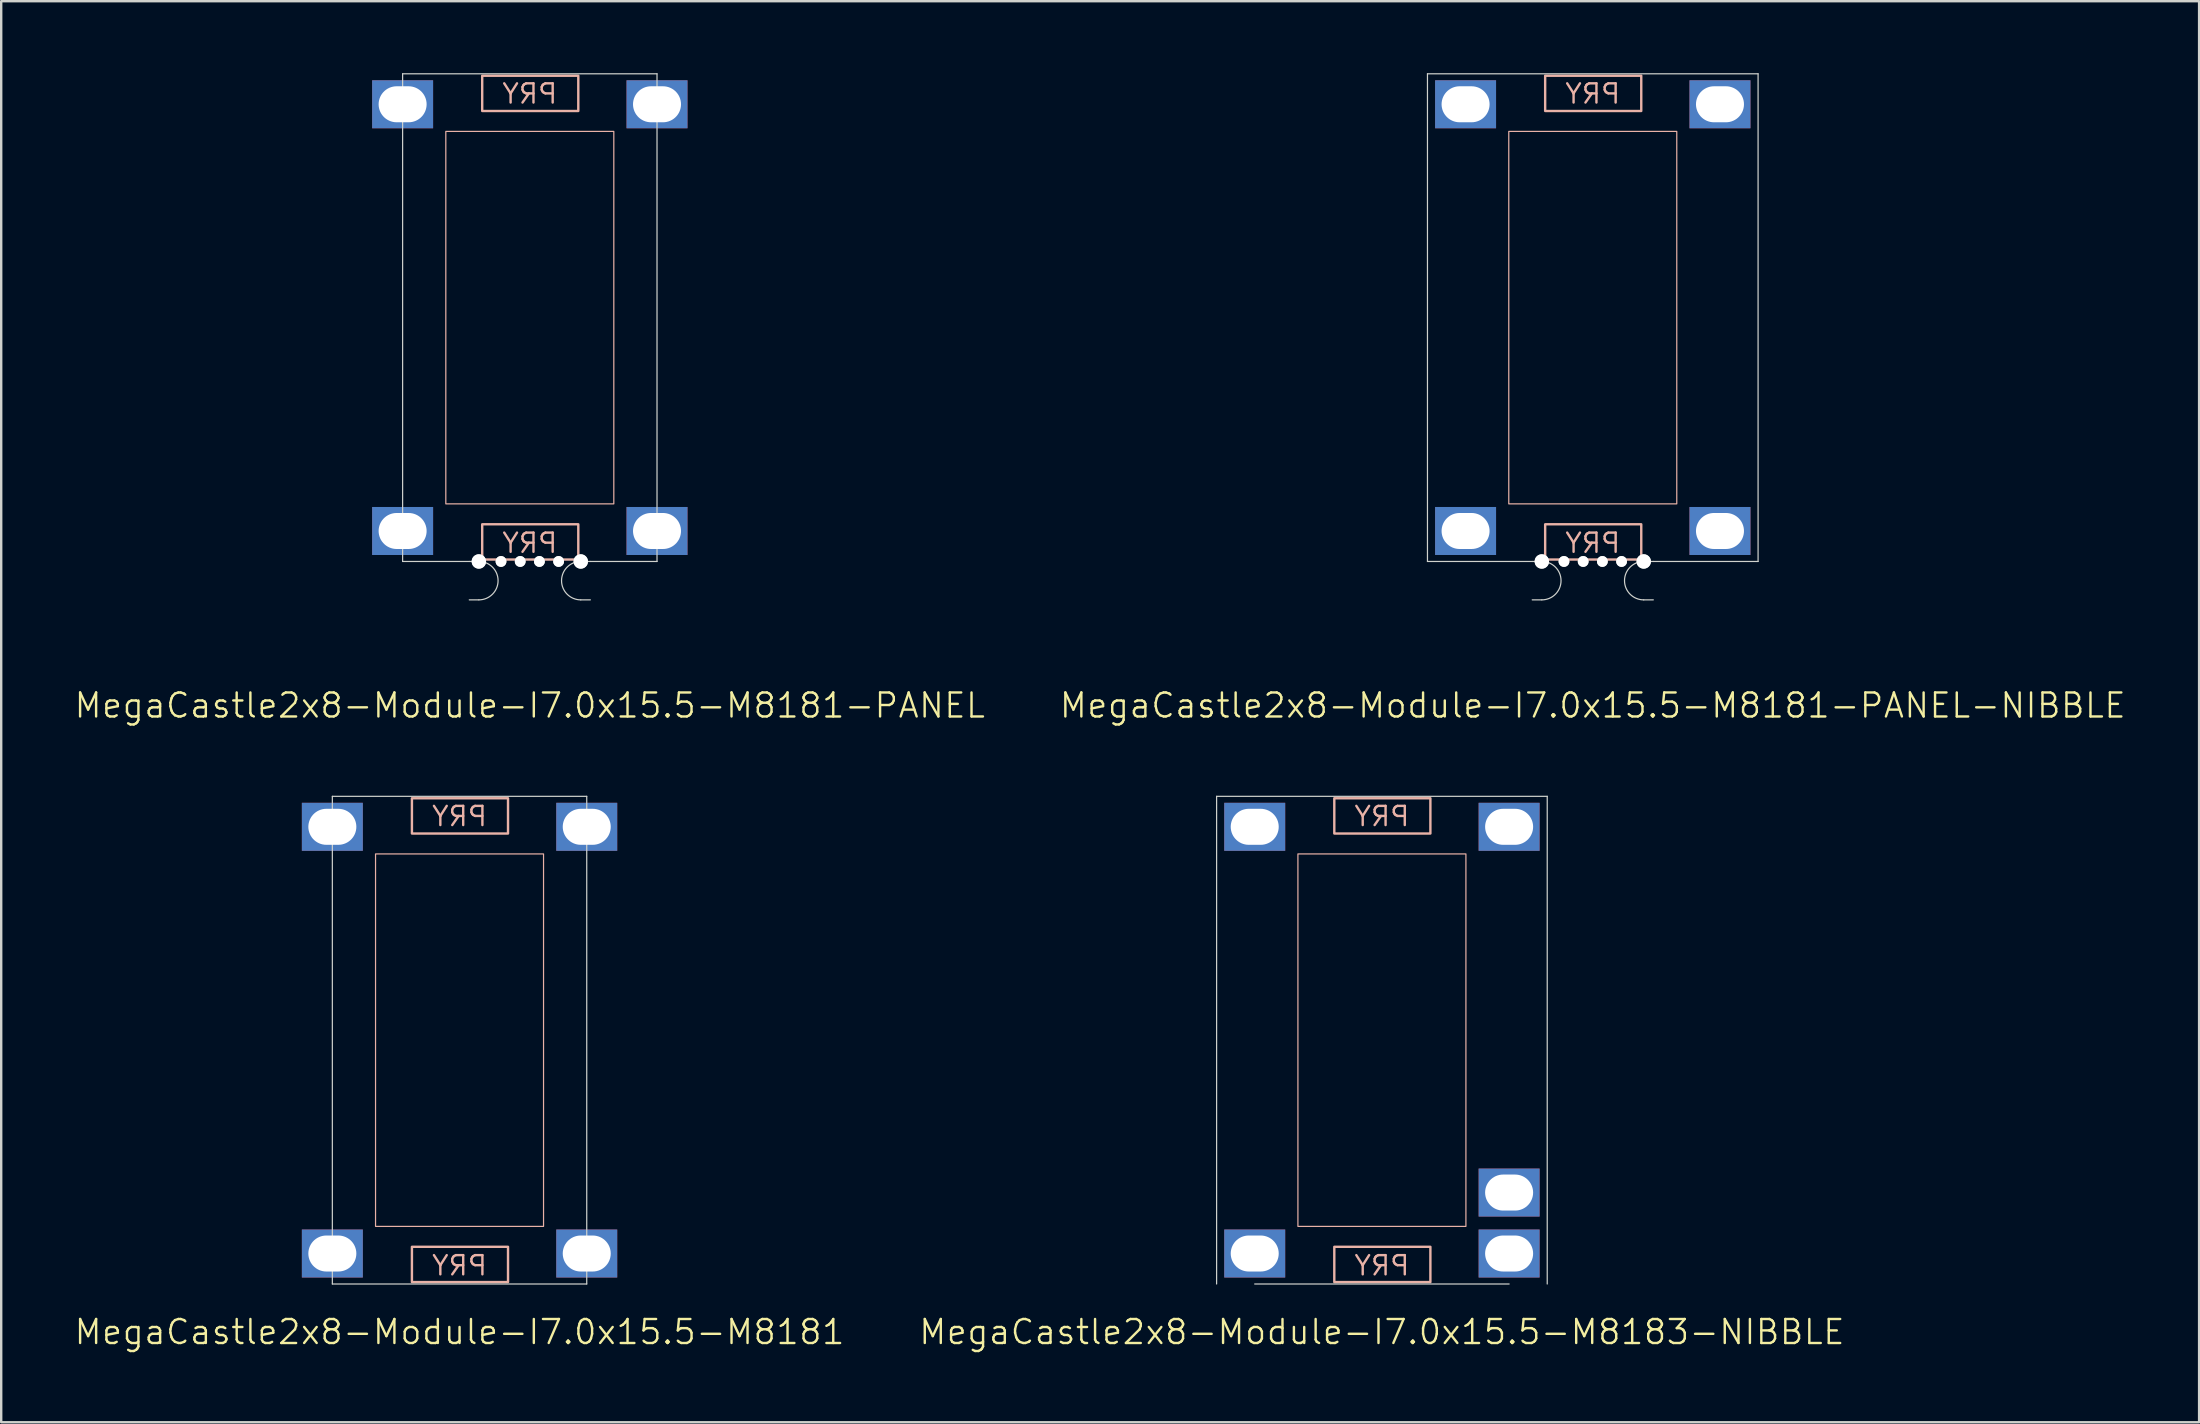
<source format=kicad_pcb>
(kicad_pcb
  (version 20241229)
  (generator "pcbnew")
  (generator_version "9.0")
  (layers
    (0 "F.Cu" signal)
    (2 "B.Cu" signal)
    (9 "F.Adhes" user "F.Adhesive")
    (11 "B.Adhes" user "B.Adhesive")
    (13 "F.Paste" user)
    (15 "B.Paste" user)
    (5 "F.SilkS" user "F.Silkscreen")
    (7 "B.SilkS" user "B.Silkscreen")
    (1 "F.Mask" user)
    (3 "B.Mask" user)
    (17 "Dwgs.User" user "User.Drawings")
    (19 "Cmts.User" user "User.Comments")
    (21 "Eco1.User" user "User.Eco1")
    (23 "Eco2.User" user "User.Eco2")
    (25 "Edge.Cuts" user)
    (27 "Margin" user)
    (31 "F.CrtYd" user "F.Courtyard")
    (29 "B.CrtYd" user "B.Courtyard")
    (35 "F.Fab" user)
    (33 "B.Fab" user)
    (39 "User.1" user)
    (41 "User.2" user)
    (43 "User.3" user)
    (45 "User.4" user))
  (footprint "MegaCastle2x8-Module-I7.0x15.5-M8183-NIBBLE"
    (layer "F.Cu")
    (at 54.531 40.291)
    (property "Reference" "MegaCastle2x8-Module-I7.0x15.5-M8183-NIBBLE" (at 0 12.16 0) (unlocked yes) (layer "F.SilkS") (effects (font (size 1 1) (thickness 0.1))))
    (attr smd)
    (fp_rect (start -3.5 7.76) (end 3.5 -7.76) (stroke (width 0.05) (type default)) (fill no) (layer "B.SilkS"))
    (fp_rect (start -1.984 -8.611) (end 2.02 -10.08) (stroke (width 0.1) (type default)) (fill no) (layer "B.SilkS"))
    (fp_rect (start -1.984 8.611) (end 2.02 10.08) (stroke (width 0.1) (type default)) (fill no) (layer "B.SilkS"))
    (fp_line (start -6.888 -10.16) (end -6.888 10.16) (stroke (width 0.05) (type default)) (layer "Edge.Cuts"))
    (fp_line (start -6.888 -10.16) (end 6.888 -10.16) (stroke (width 0.05) (type default)) (layer "Edge.Cuts"))
    (fp_line (start -5.3 10.16) (end 5.3 10.16) (stroke (width 0.05) (type default)) (layer "Edge.Cuts"))
    (fp_line (start 6.888 -10.16) (end 6.888 10.16) (stroke (width 0.05) (type default)) (layer "Edge.Cuts"))
    (fp_text user "PRY" (at 0 -8.86 0) (unlocked yes) (layer "B.SilkS") (effects (font (size 0.8 0.8) (thickness 0.1)) (justify bottom mirror)))
    (fp_text user "PRY" (at 0 9.86 0) (unlocked yes) (layer "B.SilkS") (effects (font (size 0.8 0.8) (thickness 0.1)) (justify bottom mirror)))
    (pad "1" thru_hole rect (at -5.3 -8.89) (size 2.54 2) (drill oval 2 1.5) (property pad_prop_castellated) (layers "*.Cu" "*.Mask"))
    (pad "8" thru_hole rect (at -5.3 8.89) (size 2.54 2) (drill oval 2 1.5) (property pad_prop_castellated) (layers "*.Cu" "*.Mask"))
    (pad "9" thru_hole rect (at 5.3 -8.89) (size 2.54 2) (drill oval 2 1.5) (property pad_prop_castellated) (layers "*.Cu" "*.Mask"))
    (pad "15" thru_hole rect (at 5.3 6.35) (size 2.54 2) (drill oval 2 1.5) (property pad_prop_castellated) (layers "*.Cu" "*.Mask"))
    (pad "16" thru_hole rect (at 5.3 8.89) (size 2.54 2) (drill oval 2 1.5) (property pad_prop_castellated) (layers "*.Cu" "*.Mask"))
    (zone (net_name "") (layer "B.Cu") (hatch edge 0.5) (connect_pads) (min_thickness 0.25) (filled_areas_thickness no) (keepout (tracks allowed) (vias allowed) (pads allowed) (copperpour allowed) (footprints not_allowed)) (placement (enabled no)) (fill) (polygon (pts (xy 49.231 50.45) (xy 49.231 30.131) (xy 51.031 30.131) (xy 51.031 50.45))))
    (zone (net_name "") (layer "B.Cu") (hatch edge 0.5) (connect_pads) (min_thickness 0.25) (filled_areas_thickness no) (keepout (tracks allowed) (vias allowed) (pads allowed) (copperpour allowed) (footprints not_allowed)) (placement (enabled no)) (fill) (polygon (pts (xy 51.031 30.131) (xy 51.031 32.531) (xy 58.031 32.531) (xy 58.031 30.131))))
    (zone (net_name "") (layer "B.Cu") (hatch edge 0.5) (connect_pads) (min_thickness 0.25) (filled_areas_thickness no) (keepout (tracks allowed) (vias allowed) (pads allowed) (copperpour allowed) (footprints not_allowed)) (placement (enabled no)) (fill) (polygon (pts (xy 51.031 50.45) (xy 51.031 48.05) (xy 58.031 48.05) (xy 58.031 50.45))))
    (zone (net_name "") (layer "B.Cu") (name "Upper Pry Zone") (hatch edge 0.5) (connect_pads) (min_thickness 0.25) (filled_areas_thickness no) (keepout (tracks not_allowed) (vias not_allowed) (pads not_allowed) (copperpour allowed) (footprints not_allowed)) (placement (enabled no)) (fill) (polygon (pts (xy 52.547 31.679) (xy 52.547 30.21) (xy 56.55 30.21) (xy 56.55 31.679))))
    (zone (net_name "") (layer "B.Cu") (name "Upper Pry Zone") (hatch edge 0.5) (connect_pads) (min_thickness 0.25) (filled_areas_thickness no) (keepout (tracks not_allowed) (vias not_allowed) (pads not_allowed) (copperpour allowed) (footprints not_allowed)) (placement (enabled no)) (fill) (polygon (pts (xy 52.547 48.902) (xy 52.547 50.37) (xy 56.55 50.37) (xy 56.55 48.902))))
    (zone (net_name "") (layer "B.Cu") (hatch edge 0.5) (connect_pads) (min_thickness 0.25) (filled_areas_thickness no) (keepout (tracks allowed) (vias allowed) (pads allowed) (copperpour allowed) (footprints not_allowed)) (placement (enabled no)) (fill) (polygon (pts (xy 59.831 50.45) (xy 59.831 30.131) (xy 58.031 30.131) (xy 58.031 50.45)))))
  (footprint "MegaCastle2x8-Module-I7.0x15.5-M8181-PANEL-NIBBLE"
    (layer "F.Cu")
    (at 63.317 10.185)
    (property "Reference" "MegaCastle2x8-Module-I7.0x15.5-M8181-PANEL-NIBBLE" (at 0 16.16 0) (unlocked yes) (layer "F.SilkS") (effects (font (size 1 1) (thickness 0.1))))
    (attr smd)
    (fp_rect (start -3.5 7.76) (end 3.5 -7.76) (stroke (width 0.05) (type default)) (fill no) (layer "B.SilkS"))
    (fp_rect (start -1.984 -8.611) (end 2.02 -10.08) (stroke (width 0.1) (type default)) (fill no) (layer "B.SilkS"))
    (fp_rect (start -1.984 8.611) (end 2.02 10.08) (stroke (width 0.1) (type default)) (fill no) (layer "B.SilkS"))
    (fp_line (start -6.888 -10.16) (end -6.888 10.16) (stroke (width 0.05) (type default)) (layer "Edge.Cuts"))
    (fp_line (start -6.888 -10.16) (end 6.888 -10.16) (stroke (width 0.05) (type default)) (layer "Edge.Cuts"))
    (fp_line (start -6.888 10.16) (end -2.522 10.16) (stroke (width 0.05) (type default)) (layer "Edge.Cuts"))
    (fp_line (start -2.522 10.16) (end -2.123 10.16) (stroke (width 0.05) (type default)) (layer "Edge.Cuts"))
    (fp_line (start -2.522 11.76) (end -2.123 11.76) (stroke (width 0.05) (type default)) (layer "Edge.Cuts"))
    (fp_line (start 2.522 10.16) (end 2.123 10.16) (stroke (width 0.05) (type default)) (layer "Edge.Cuts"))
    (fp_line (start 2.522 10.16) (end 6.888 10.16) (stroke (width 0.05) (type default)) (layer "Edge.Cuts"))
    (fp_line (start 2.522 11.76) (end 2.123 11.76) (stroke (width 0.05) (type default)) (layer "Edge.Cuts"))
    (fp_line (start 6.888 -10.16) (end 6.888 10.16) (stroke (width 0.05) (type default)) (layer "Edge.Cuts"))
    (fp_arc (start -2.1225 10.16) (mid -1.3225 10.96) (end -2.1225 11.76) (stroke (width 0.05) (type default)) (layer "Edge.Cuts"))
    (fp_arc (start 2.1225 11.76) (mid 1.3225 10.96) (end 2.1225 10.16) (stroke (width 0.05) (type default)) (layer "Edge.Cuts"))
    (fp_text user "PRY" (at 0 9.86 0) (unlocked yes) (layer "B.SilkS") (effects (font (size 0.8 0.8) (thickness 0.1)) (justify bottom mirror)))
    (fp_text user "PRY" (at 0 -8.86 0) (unlocked yes) (layer "B.SilkS") (effects (font (size 0.8 0.8) (thickness 0.1)) (justify bottom mirror)))
    (pad "" np_thru_hole circle (at -2.123 10.16) (size 0.6 0.6) (drill 0.6) (layers "*.Cu" "Edge.Cuts"))
    (pad "" np_thru_hole circle (at -1.2 10.16) (size 0.45 0.45) (drill 0.45) (layers "*.Cu" "Edge.Cuts"))
    (pad "" np_thru_hole circle (at -0.4 10.16) (size 0.45 0.45) (drill 0.45) (layers "*.Cu" "Edge.Cuts"))
    (pad "" np_thru_hole circle (at 0.4 10.16) (size 0.45 0.45) (drill 0.45) (layers "*.Cu" "Edge.Cuts"))
    (pad "" np_thru_hole circle (at 1.2 10.16) (size 0.45 0.45) (drill 0.45) (layers "*.Cu" "Edge.Cuts"))
    (pad "" np_thru_hole circle (at 2.123 10.16) (size 0.6 0.6) (drill 0.6) (layers "*.Cu" "Edge.Cuts"))
    (pad "1" thru_hole rect (at -5.3 -8.89) (size 2.54 2) (drill oval 2 1.5) (property pad_prop_castellated) (layers "*.Cu" "*.Mask"))
    (pad "8" thru_hole rect (at -5.3 8.89) (size 2.54 2) (drill oval 2 1.5) (property pad_prop_castellated) (layers "*.Cu" "*.Mask"))
    (pad "9" thru_hole rect (at 5.3 -8.89) (size 2.54 2) (drill oval 2 1.5) (property pad_prop_castellated) (layers "*.Cu" "*.Mask"))
    (pad "16" thru_hole rect (at 5.3 8.89) (size 2.54 2) (drill oval 2 1.5) (property pad_prop_castellated) (layers "*.Cu" "*.Mask"))
    (zone (net_name "") (layer "B.Cu") (hatch edge 0.5) (connect_pads) (min_thickness 0.25) (filled_areas_thickness no) (keepout (tracks allowed) (vias allowed) (pads allowed) (copperpour allowed) (footprints not_allowed)) (placement (enabled no)) (fill) (polygon (pts (xy 58.017 20.345) (xy 58.017 0.025) (xy 59.817 0.025) (xy 59.817 20.345))))
    (zone (net_name "") (layer "B.Cu") (hatch edge 0.5) (connect_pads) (min_thickness 0.25) (filled_areas_thickness no) (keepout (tracks allowed) (vias allowed) (pads allowed) (copperpour allowed) (footprints not_allowed)) (placement (enabled no)) (fill) (polygon (pts (xy 59.817 0.025) (xy 59.817 2.425) (xy 66.817 2.425) (xy 66.817 0.025))))
    (zone (net_name "") (layer "B.Cu") (hatch edge 0.5) (connect_pads) (min_thickness 0.25) (filled_areas_thickness no) (keepout (tracks allowed) (vias allowed) (pads allowed) (copperpour allowed) (footprints not_allowed)) (placement (enabled no)) (fill) (polygon (pts (xy 59.817 20.345) (xy 59.817 17.945) (xy 66.817 17.945) (xy 66.817 20.345))))
    (zone (net_name "") (layer "B.Cu") (name "Upper Pry Zone") (hatch edge 0.5) (connect_pads) (min_thickness 0.25) (filled_areas_thickness no) (keepout (tracks not_allowed) (vias not_allowed) (pads not_allowed) (copperpour allowed) (footprints not_allowed)) (placement (enabled no)) (fill) (polygon (pts (xy 61.332 1.574) (xy 61.332 0.105) (xy 65.336 0.105) (xy 65.336 1.574))))
    (zone (net_name "") (layer "B.Cu") (name "Upper Pry Zone") (hatch edge 0.5) (connect_pads) (min_thickness 0.25) (filled_areas_thickness no) (keepout (tracks not_allowed) (vias not_allowed) (pads not_allowed) (copperpour allowed) (footprints not_allowed)) (placement (enabled no)) (fill) (polygon (pts (xy 61.332 18.796) (xy 61.332 20.265) (xy 65.336 20.265) (xy 65.336 18.796))))
    (zone (net_name "") (layer "B.Cu") (hatch edge 0.5) (connect_pads) (min_thickness 0.25) (filled_areas_thickness no) (keepout (tracks allowed) (vias allowed) (pads allowed) (copperpour allowed) (footprints not_allowed)) (placement (enabled no)) (fill) (polygon (pts (xy 68.617 20.345) (xy 68.617 0.025) (xy 66.817 0.025) (xy 66.817 20.345)))))
  (footprint "MegaCastle2x8-Module-I7.0x15.5-M8181"
    (layer "F.Cu")
    (at 16.098 40.291)
    (property "Reference" "MegaCastle2x8-Module-I7.0x15.5-M8181" (at 0 12.16 0) (unlocked yes) (layer "F.SilkS") (effects (font (size 1 1) (thickness 0.1))))
    (attr smd)
    (fp_rect (start -3.5 7.76) (end 3.5 -7.76) (stroke (width 0.05) (type default)) (fill no) (layer "B.SilkS"))
    (fp_rect (start -1.984 -8.611) (end 2.02 -10.08) (stroke (width 0.1) (type default)) (fill no) (layer "B.SilkS"))
    (fp_rect (start -1.984 8.611) (end 2.02 10.08) (stroke (width 0.1) (type default)) (fill no) (layer "B.SilkS"))
    (fp_line (start -5.3 -10.16) (end -5.3 10.16) (stroke (width 0.05) (type default)) (layer "Edge.Cuts"))
    (fp_line (start -5.3 -10.16) (end 5.3 -10.16) (stroke (width 0.05) (type default)) (layer "Edge.Cuts"))
    (fp_line (start -5.3 10.16) (end 5.3 10.16) (stroke (width 0.05) (type default)) (layer "Edge.Cuts"))
    (fp_line (start 5.3 -10.16) (end 5.3 10.16) (stroke (width 0.05) (type default)) (layer "Edge.Cuts"))
    (fp_text user "PRY" (at 0 -8.86 0) (unlocked yes) (layer "B.SilkS") (effects (font (size 0.8 0.8) (thickness 0.1)) (justify bottom mirror)))
    (fp_text user "PRY" (at 0 9.86 0) (unlocked yes) (layer "B.SilkS") (effects (font (size 0.8 0.8) (thickness 0.1)) (justify bottom mirror)))
    (pad "1" thru_hole rect (at -5.3 -8.89) (size 2.54 2) (drill oval 2 1.5) (property pad_prop_castellated) (layers "*.Cu" "*.Mask"))
    (pad "8" thru_hole rect (at -5.3 8.89) (size 2.54 2) (drill oval 2 1.5) (property pad_prop_castellated) (layers "*.Cu" "*.Mask"))
    (pad "9" thru_hole rect (at 5.3 -8.89) (size 2.54 2) (drill oval 2 1.5) (property pad_prop_castellated) (layers "*.Cu" "*.Mask"))
    (pad "16" thru_hole rect (at 5.3 8.89) (size 2.54 2) (drill oval 2 1.5) (property pad_prop_castellated) (layers "*.Cu" "*.Mask"))
    (zone (net_name "") (layer "B.Cu") (hatch edge 0.5) (connect_pads) (min_thickness 0.25) (filled_areas_thickness no) (keepout (tracks allowed) (vias allowed) (pads allowed) (copperpour allowed) (footprints not_allowed)) (placement (enabled no)) (fill) (polygon (pts (xy 10.798 50.45) (xy 10.798 30.131) (xy 12.598 30.131) (xy 12.598 50.45))))
    (zone (net_name "") (layer "B.Cu") (hatch edge 0.5) (connect_pads) (min_thickness 0.25) (filled_areas_thickness no) (keepout (tracks allowed) (vias allowed) (pads allowed) (copperpour allowed) (footprints not_allowed)) (placement (enabled no)) (fill) (polygon (pts (xy 12.598 30.131) (xy 12.598 32.531) (xy 19.598 32.531) (xy 19.598 30.131))))
    (zone (net_name "") (layer "B.Cu") (hatch edge 0.5) (connect_pads) (min_thickness 0.25) (filled_areas_thickness no) (keepout (tracks allowed) (vias allowed) (pads allowed) (copperpour allowed) (footprints not_allowed)) (placement (enabled no)) (fill) (polygon (pts (xy 12.598 50.45) (xy 12.598 48.05) (xy 19.598 48.05) (xy 19.598 50.45))))
    (zone (net_name "") (layer "B.Cu") (name "Upper Pry Zone") (hatch edge 0.5) (connect_pads) (min_thickness 0.25) (filled_areas_thickness no) (keepout (tracks not_allowed) (vias not_allowed) (pads not_allowed) (copperpour allowed) (footprints not_allowed)) (placement (enabled no)) (fill) (polygon (pts (xy 14.113 31.679) (xy 14.113 30.21) (xy 18.117 30.21) (xy 18.117 31.679))))
    (zone (net_name "") (layer "B.Cu") (name "Upper Pry Zone") (hatch edge 0.5) (connect_pads) (min_thickness 0.25) (filled_areas_thickness no) (keepout (tracks not_allowed) (vias not_allowed) (pads not_allowed) (copperpour allowed) (footprints not_allowed)) (placement (enabled no)) (fill) (polygon (pts (xy 14.113 48.902) (xy 14.113 50.37) (xy 18.117 50.37) (xy 18.117 48.902))))
    (zone (net_name "") (layer "B.Cu") (hatch edge 0.5) (connect_pads) (min_thickness 0.25) (filled_areas_thickness no) (keepout (tracks allowed) (vias allowed) (pads allowed) (copperpour allowed) (footprints not_allowed)) (placement (enabled no)) (fill) (polygon (pts (xy 21.398 50.45) (xy 21.398 30.131) (xy 19.598 30.131) (xy 19.598 50.45)))))
  (footprint "MegaCastle2x8-Module-I7.0x15.5-M8181-PANEL"
    (layer "F.Cu")
    (at 19.026 10.185)
    (property "Reference" "MegaCastle2x8-Module-I7.0x15.5-M8181-PANEL" (at 0 16.16 0) (unlocked yes) (layer "F.SilkS") (effects (font (size 1 1) (thickness 0.1))))
    (attr smd)
    (fp_rect (start -3.5 7.76) (end 3.5 -7.76) (stroke (width 0.05) (type default)) (fill no) (layer "B.SilkS"))
    (fp_rect (start -1.984 -8.611) (end 2.02 -10.08) (stroke (width 0.1) (type default)) (fill no) (layer "B.SilkS"))
    (fp_rect (start -1.984 8.611) (end 2.02 10.08) (stroke (width 0.1) (type default)) (fill no) (layer "B.SilkS"))
    (fp_line (start -5.3 -10.16) (end -5.3 10.16) (stroke (width 0.05) (type default)) (layer "Edge.Cuts"))
    (fp_line (start -5.3 -10.16) (end 5.3 -10.16) (stroke (width 0.05) (type default)) (layer "Edge.Cuts"))
    (fp_line (start -5.3 10.16) (end -2.522 10.16) (stroke (width 0.05) (type default)) (layer "Edge.Cuts"))
    (fp_line (start -2.522 10.16) (end -2.123 10.16) (stroke (width 0.05) (type default)) (layer "Edge.Cuts"))
    (fp_line (start -2.522 11.76) (end -2.123 11.76) (stroke (width 0.05) (type default)) (layer "Edge.Cuts"))
    (fp_line (start 2.522 10.16) (end 2.123 10.16) (stroke (width 0.05) (type default)) (layer "Edge.Cuts"))
    (fp_line (start 2.522 10.16) (end 5.3 10.16) (stroke (width 0.05) (type default)) (layer "Edge.Cuts"))
    (fp_line (start 2.522 11.76) (end 2.123 11.76) (stroke (width 0.05) (type default)) (layer "Edge.Cuts"))
    (fp_line (start 5.3 -10.16) (end 5.3 10.16) (stroke (width 0.05) (type default)) (layer "Edge.Cuts"))
    (fp_arc (start -2.1225 10.16) (mid -1.3225 10.96) (end -2.1225 11.76) (stroke (width 0.05) (type default)) (layer "Edge.Cuts"))
    (fp_arc (start 2.1225 11.76) (mid 1.3225 10.96) (end 2.1225 10.16) (stroke (width 0.05) (type default)) (layer "Edge.Cuts"))
    (fp_text user "PRY" (at 0 -8.86 0) (unlocked yes) (layer "B.SilkS") (effects (font (size 0.8 0.8) (thickness 0.1)) (justify bottom mirror)))
    (fp_text user "PRY" (at 0 9.86 0) (unlocked yes) (layer "B.SilkS") (effects (font (size 0.8 0.8) (thickness 0.1)) (justify bottom mirror)))
    (pad "" np_thru_hole circle (at -2.123 10.16) (size 0.6 0.6) (drill 0.6) (layers "*.Cu" "Edge.Cuts"))
    (pad "" np_thru_hole circle (at -1.2 10.16) (size 0.45 0.45) (drill 0.45) (layers "*.Cu" "Edge.Cuts"))
    (pad "" np_thru_hole circle (at -0.4 10.16) (size 0.45 0.45) (drill 0.45) (layers "*.Cu" "Edge.Cuts"))
    (pad "" np_thru_hole circle (at 0.4 10.16) (size 0.45 0.45) (drill 0.45) (layers "*.Cu" "Edge.Cuts"))
    (pad "" np_thru_hole circle (at 1.2 10.16) (size 0.45 0.45) (drill 0.45) (layers "*.Cu" "Edge.Cuts"))
    (pad "" np_thru_hole circle (at 2.123 10.16) (size 0.6 0.6) (drill 0.6) (layers "*.Cu" "Edge.Cuts"))
    (pad "1" thru_hole rect (at -5.3 -8.89) (size 2.54 2) (drill oval 2 1.5) (property pad_prop_castellated) (layers "*.Cu" "*.Mask"))
    (pad "8" thru_hole rect (at -5.3 8.89) (size 2.54 2) (drill oval 2 1.5) (property pad_prop_castellated) (layers "*.Cu" "*.Mask"))
    (pad "9" thru_hole rect (at 5.3 -8.89) (size 2.54 2) (drill oval 2 1.5) (property pad_prop_castellated) (layers "*.Cu" "*.Mask"))
    (pad "16" thru_hole rect (at 5.3 8.89) (size 2.54 2) (drill oval 2 1.5) (property pad_prop_castellated) (layers "*.Cu" "*.Mask"))
    (zone (net_name "") (layer "B.Cu") (hatch edge 0.5) (connect_pads) (min_thickness 0.25) (filled_areas_thickness no) (keepout (tracks allowed) (vias allowed) (pads allowed) (copperpour allowed) (footprints not_allowed)) (placement (enabled no)) (fill) (polygon (pts (xy 13.726 20.345) (xy 13.726 0.025) (xy 15.526 0.025) (xy 15.526 20.345))))
    (zone (net_name "") (layer "B.Cu") (hatch edge 0.5) (connect_pads) (min_thickness 0.25) (filled_areas_thickness no) (keepout (tracks allowed) (vias allowed) (pads allowed) (copperpour allowed) (footprints not_allowed)) (placement (enabled no)) (fill) (polygon (pts (xy 15.526 0.025) (xy 15.526 2.425) (xy 22.526 2.425) (xy 22.526 0.025))))
    (zone (net_name "") (layer "B.Cu") (hatch edge 0.5) (connect_pads) (min_thickness 0.25) (filled_areas_thickness no) (keepout (tracks allowed) (vias allowed) (pads allowed) (copperpour allowed) (footprints not_allowed)) (placement (enabled no)) (fill) (polygon (pts (xy 15.526 20.345) (xy 15.526 17.945) (xy 22.526 17.945) (xy 22.526 20.345))))
    (zone (net_name "") (layer "B.Cu") (name "Upper Pry Zone") (hatch edge 0.5) (connect_pads) (min_thickness 0.25) (filled_areas_thickness no) (keepout (tracks not_allowed) (vias not_allowed) (pads not_allowed) (copperpour allowed) (footprints not_allowed)) (placement (enabled no)) (fill) (polygon (pts (xy 17.042 1.574) (xy 17.042 0.105) (xy 21.046 0.105) (xy 21.046 1.574))))
    (zone (net_name "") (layer "B.Cu") (name "Upper Pry Zone") (hatch edge 0.5) (connect_pads) (min_thickness 0.25) (filled_areas_thickness no) (keepout (tracks not_allowed) (vias not_allowed) (pads not_allowed) (copperpour allowed) (footprints not_allowed)) (placement (enabled no)) (fill) (polygon (pts (xy 17.042 18.796) (xy 17.042 20.265) (xy 21.046 20.265) (xy 21.046 18.796))))
    (zone (net_name "") (layer "B.Cu") (hatch edge 0.5) (connect_pads) (min_thickness 0.25) (filled_areas_thickness no) (keepout (tracks allowed) (vias allowed) (pads allowed) (copperpour allowed) (footprints not_allowed)) (placement (enabled no)) (fill) (polygon (pts (xy 24.326 20.345) (xy 24.326 0.025) (xy 22.526 0.025) (xy 22.526 20.345)))))
  (gr_rect
    (start -3 -3)
    (end 88.581 56.211)
    (stroke (width 0.1) (type default))
    (fill no)
    (layer "Edge.Cuts")))
</source>
